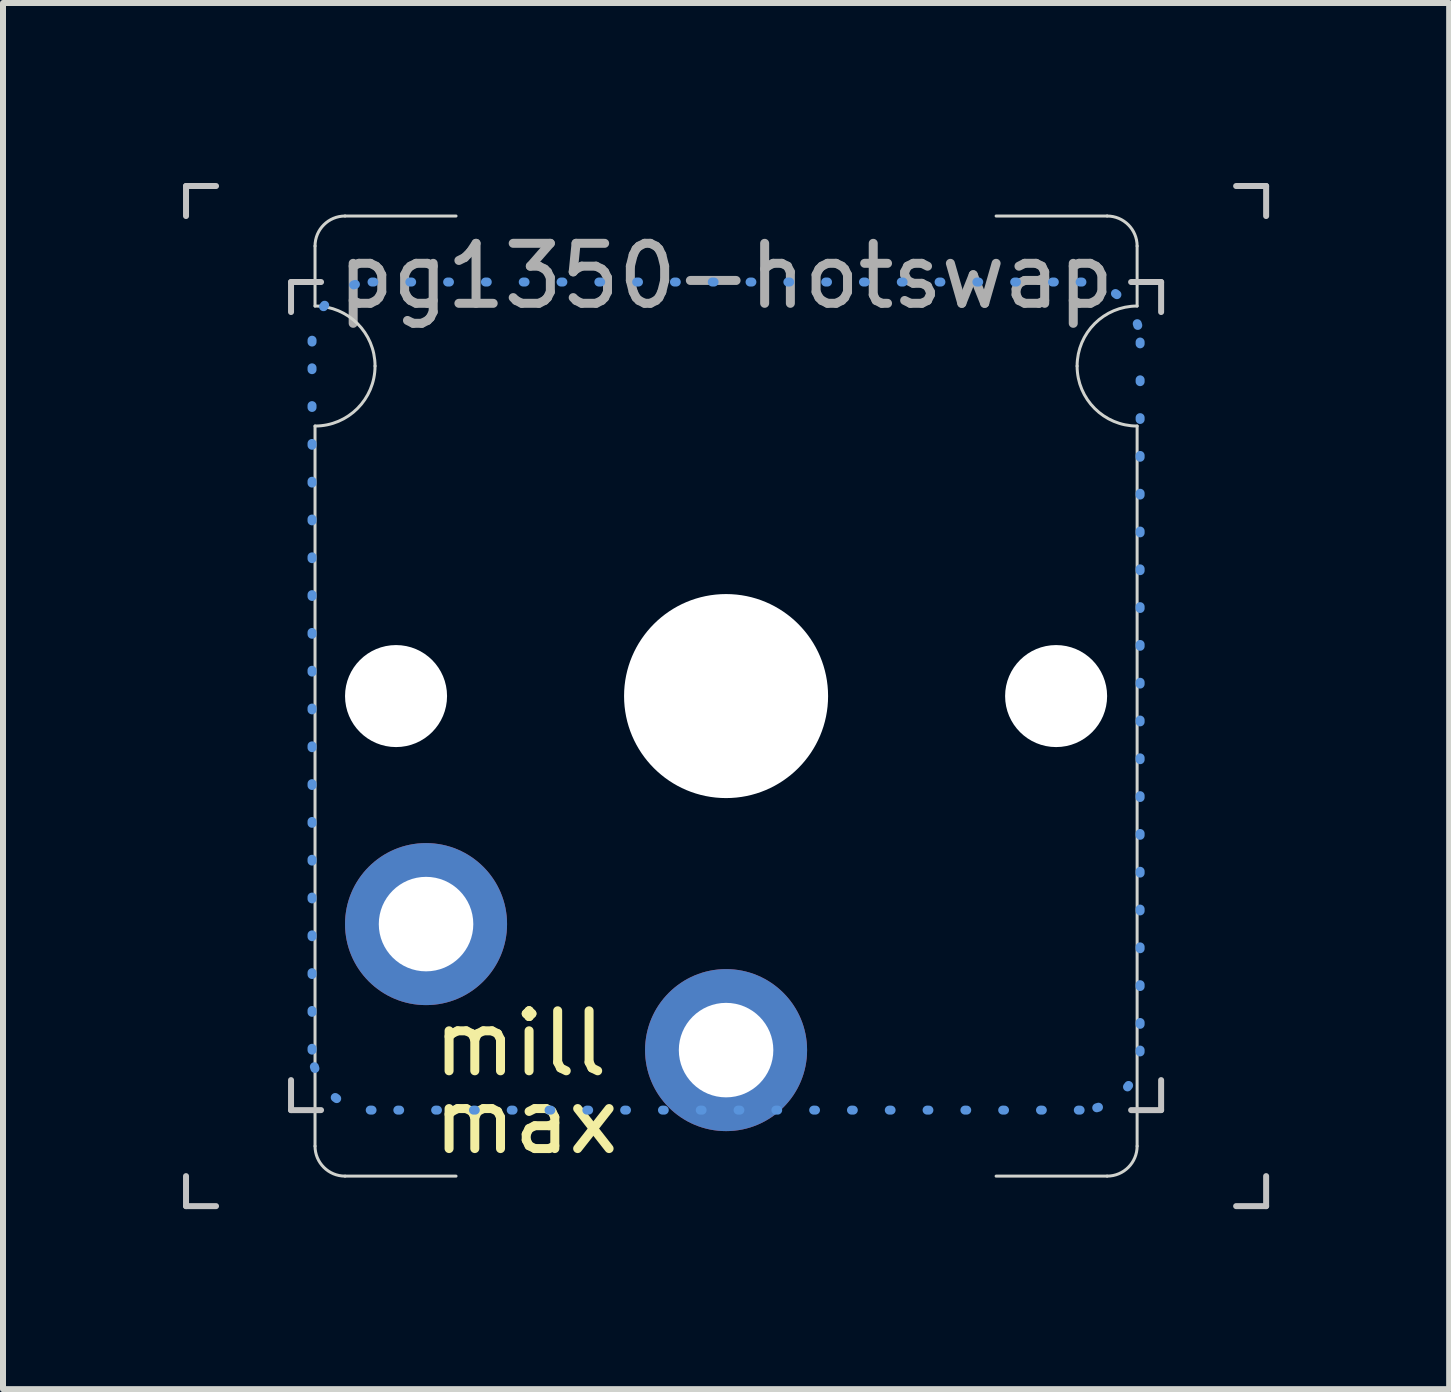
<source format=kicad_pcb>
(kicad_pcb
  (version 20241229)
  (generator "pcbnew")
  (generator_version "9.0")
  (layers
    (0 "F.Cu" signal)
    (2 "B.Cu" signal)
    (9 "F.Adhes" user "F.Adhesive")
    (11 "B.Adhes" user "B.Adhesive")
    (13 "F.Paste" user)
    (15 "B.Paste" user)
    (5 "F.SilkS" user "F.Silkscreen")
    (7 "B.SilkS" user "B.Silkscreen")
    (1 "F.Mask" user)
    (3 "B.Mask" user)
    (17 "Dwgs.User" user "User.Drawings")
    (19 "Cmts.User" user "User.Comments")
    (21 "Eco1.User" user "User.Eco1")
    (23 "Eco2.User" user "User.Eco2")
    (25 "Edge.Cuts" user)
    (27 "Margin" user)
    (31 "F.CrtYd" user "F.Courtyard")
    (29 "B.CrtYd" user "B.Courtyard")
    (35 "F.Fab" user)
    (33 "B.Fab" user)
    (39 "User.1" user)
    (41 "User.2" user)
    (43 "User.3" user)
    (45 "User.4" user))
  (footprint "pg1350-hotswap"
    (layer "F.Cu")
    (at 9.05 8.55)
    (property "Reference" "pg1350-hotswap" (at 0 -7 0) (layer "F.Fab") (effects (font (size 1 1) (thickness 0.15))))
    (attr through_hole exclude_from_pos_files exclude_from_bom)
    (private_layers "Eco2.User" "User.9")
    (fp_line (start -9 -8.5) (end -9 -8) (stroke (width 0.1) (type default)) (layer "Dwgs.User"))
    (fp_line (start -9 -8.5) (end -8.5 -8.5) (stroke (width 0.1) (type default)) (layer "Dwgs.User"))
    (fp_line (start -9 8.5) (end -9 8) (stroke (width 0.1) (type default)) (layer "Dwgs.User"))
    (fp_line (start -9 8.5) (end -8.5 8.5) (stroke (width 0.1) (type default)) (layer "Dwgs.User"))
    (fp_line (start -7.25 -6.9) (end -7.25 -6.4) (stroke (width 0.1) (type default)) (layer "Dwgs.User"))
    (fp_line (start -7.25 -6.9) (end -6.75 -6.9) (stroke (width 0.1) (type default)) (layer "Dwgs.User"))
    (fp_line (start -7.25 6.9) (end -7.25 6.4) (stroke (width 0.1) (type default)) (layer "Dwgs.User"))
    (fp_line (start -7.25 6.9) (end -6.75 6.9) (stroke (width 0.1) (type default)) (layer "Dwgs.User"))
    (fp_line (start 7.25 -6.9) (end 6.75 -6.9) (stroke (width 0.1) (type default)) (layer "Dwgs.User"))
    (fp_line (start 7.25 -6.9) (end 7.25 -6.4) (stroke (width 0.1) (type default)) (layer "Dwgs.User"))
    (fp_line (start 7.25 6.9) (end 6.75 6.9) (stroke (width 0.1) (type default)) (layer "Dwgs.User"))
    (fp_line (start 7.25 6.9) (end 7.25 6.4) (stroke (width 0.1) (type default)) (layer "Dwgs.User"))
    (fp_line (start 9 -8.5) (end 8.5 -8.5) (stroke (width 0.1) (type default)) (layer "Dwgs.User"))
    (fp_line (start 9 -8.5) (end 9 -8) (stroke (width 0.1) (type default)) (layer "Dwgs.User"))
    (fp_line (start 9 8.5) (end 8.5 8.5) (stroke (width 0.1) (type default)) (layer "Dwgs.User"))
    (fp_line (start 9 8.5) (end 9 8) (stroke (width 0.1) (type default)) (layer "Dwgs.User"))
    (fp_line (start -6.9 5.9) (end -6.9 -5.9) (stroke (width 0.15) (type dot)) (layer "Cmts.User"))
    (fp_line (start -5.9 -6.9) (end 5.9 -6.9) (stroke (width 0.15) (type dot)) (layer "Cmts.User"))
    (fp_line (start 5.9 6.9) (end -5.9 6.9) (stroke (width 0.15) (type dot)) (layer "Cmts.User"))
    (fp_line (start 6.9 -5.9) (end 6.9 5.9) (stroke (width 0.15) (type dot)) (layer "Cmts.User"))
    (fp_arc (start -6.9 -5.9) (mid -6.607107 -6.607107) (end -5.9 -6.9) (stroke (width 0.15) (type dot)) (layer "Cmts.User"))
    (fp_arc (start -5.9 6.9) (mid -6.607107 6.607107) (end -6.9 5.9) (stroke (width 0.15) (type dot)) (layer "Cmts.User"))
    (fp_arc (start 5.9 -6.9) (mid 6.607107 -6.607107) (end 6.9 -5.9) (stroke (width 0.15) (type dot)) (layer "Cmts.User"))
    (fp_arc (start 6.9 5.9) (mid 6.607107 6.607107) (end 5.9 6.9) (stroke (width 0.15) (type dot)) (layer "Cmts.User"))
    (fp_line (start -7.75 -8.25) (end 7.75 -8.25) (stroke (width 0.15) (type solid)) (layer "Eco2.User"))
    (fp_line (start 7.75 8.25) (end -7.75 8.25) (stroke (width 0.15) (type solid)) (layer "Eco2.User"))
    (fp_arc (start -8.75 -7.25) (mid -8.457107 -7.957107) (end -7.75 -8.25) (stroke (width 0.15) (type solid)) (layer "Eco2.User"))
    (fp_arc (start -7.75 8.25) (mid -8.457107 7.957107) (end -8.75 7.25) (stroke (width 0.15) (type solid)) (layer "Eco2.User"))
    (fp_arc (start 7.75 -8.25) (mid 8.457107 -7.957107) (end 8.75 -7.25) (stroke (width 0.15) (type solid)) (layer "Eco2.User"))
    (fp_arc (start 8.75 7.25) (mid 8.457107 7.957107) (end 7.75 8.25) (stroke (width 0.15) (type solid)) (layer "Eco2.User"))
    (fp_line (start -6.85 -6.5) (end -6.85 -7.5) (stroke (width 0.05) (type solid)) (layer "Edge.Cuts"))
    (fp_line (start -6.85 7.5) (end -6.85 -4.5) (stroke (width 0.05) (type solid)) (layer "Edge.Cuts"))
    (fp_line (start -4.5 -8) (end -6.35 -8) (stroke (width 0.05) (type solid)) (layer "Edge.Cuts"))
    (fp_line (start -4.5 8) (end -6.35 8) (stroke (width 0.05) (type solid)) (layer "Edge.Cuts"))
    (fp_line (start 6.35 -8) (end 4.5 -8) (stroke (width 0.05) (type solid)) (layer "Edge.Cuts"))
    (fp_line (start 6.35 8) (end 4.5 8) (stroke (width 0.05) (type solid)) (layer "Edge.Cuts"))
    (fp_line (start 6.85 -6.5) (end 6.85 -7.5) (stroke (width 0.05) (type solid)) (layer "Edge.Cuts"))
    (fp_line (start 6.85 7.5) (end 6.85 -4.5) (stroke (width 0.05) (type solid)) (layer "Edge.Cuts"))
    (fp_arc (start -6.85 -7.5) (mid -6.703553 -7.853553) (end -6.35 -8) (stroke (width 0.05) (type default)) (layer "Edge.Cuts"))
    (fp_arc (start -6.85 -6.5) (mid -6.142893 -6.207107) (end -5.85 -5.5) (stroke (width 0.05) (type default)) (layer "Edge.Cuts"))
    (fp_arc (start -6.35 8) (mid -6.703553 7.853553) (end -6.85 7.5) (stroke (width 0.05) (type default)) (layer "Edge.Cuts"))
    (fp_arc (start -5.85 -5.5) (mid -6.142893 -4.792893) (end -6.85 -4.5) (stroke (width 0.05) (type default)) (layer "Edge.Cuts"))
    (fp_arc (start 5.85 -5.5) (mid 6.142893 -6.207107) (end 6.85 -6.5) (stroke (width 0.05) (type default)) (layer "Edge.Cuts"))
    (fp_arc (start 6.35 -8) (mid 6.703553 -7.853553) (end 6.85 -7.5) (stroke (width 0.05) (type default)) (layer "Edge.Cuts"))
    (fp_arc (start 6.85 -4.5) (mid 6.142893 -4.792893) (end 5.85 -5.5) (stroke (width 0.05) (type default)) (layer "Edge.Cuts"))
    (fp_arc (start 6.85 7.5) (mid 6.703553 7.853553) (end 6.35 8) (stroke (width 0.05) (type default)) (layer "Edge.Cuts"))
    (fp_line (start -10.16 -8.382) (end -9.398 -8.382) (stroke (width 0.1) (type default)) (layer "User.9"))
    (fp_line (start -8.382 -6.35) (end -7.62 -6.35) (stroke (width 0.1) (type default)) (layer "User.9"))
    (fp_line (start -7.874 -4.826) (end -7.112 -4.826) (stroke (width 0.1) (type default)) (layer "User.9"))
    (fp_line (start -7.112 -9.144) (end -7.112 -8.509) (stroke (width 0.1) (type default)) (layer "User.9"))
    (fp_text user "max" (at -4.953 7.671 0) (unlocked yes) (layer "F.SilkS") (effects (font (size 1 1) (thickness 0.15)) (justify left bottom)))
    (fp_text user "mill" (at -4.953 6.375 0) (unlocked yes) (layer "F.SilkS") (effects (font (size 1 1) (thickness 0.15)) (justify left bottom)))
    (fp_text user "switch lower" (at -18.796 -5.842 0) (unlocked yes) (layer "User.9") (effects (font (size 1 1) (thickness 0.15)) (justify left bottom)))
    (fp_text user "choc spacing" (at -20.32 -7.874 0) (unlocked yes) (layer "User.9") (effects (font (size 1 1) (thickness 0.15)) (justify left bottom)))
    (fp_text user "keycap" (at -9.906 -9.398 0) (unlocked yes) (layer "User.9") (effects (font (size 1 1) (thickness 0.15)) (justify left bottom)))
    (fp_text user "switch bottom" (at -18.796 -4.318 0) (unlocked yes) (layer "User.9") (effects (font (size 1 1) (thickness 0.15)) (justify left bottom)))
    (fp_text_box "Mill-Max call for:\n- hole diam: 1.3 mm\n- lip diam is 1.96 mm, \n   which our 2.35 pad extends past." (start 17.35 -18.375) (end 49.25 -10.525) (margins 0.8 0.8 0.8 0.8) (layer "User.9") (effects (font (size 1 1) (thickness 0.15)) (justify left top)) (border yes) (stroke (width 0.1) (type dot)))
    (fp_text_box "height:\n choc lower body is 13.8 front to back\n gap for mouse bits at: 16 mm  (out of 17)\n" (start 9.85 -6.5) (end 48.95 0.1) (margins 0.8 0.8 0.8 0.8) (layer "User.9") (effects (font (size 1 1) (thickness 0.15)) (justify left top)) (border yes) (stroke (width 0.1) (type dot)))
    (fp_text_box "Narrow single switch Amoeba PCB\nNarrow enought that Dactyl column walls can extend down on either side of PCB." (start -16.9 -19.3) (end 14.7 -10.924) (margins 0.8 0.8 0.8 0.8) (layer "User.9") (effects (font (size 1 1) (thickness 0.15)) (justify left top)) (border yes) (stroke (width 0.1) (type dot)))
    (fp_text_box "Tick corners:\n- outer: choc spacing bounds - 18 x 17 \n- inner: lower switch extent - 14.5 x 13.8\n    hence hole we sit over" (start -16.85 13.594) (end 19.65 21.844) (margins 0.8 0.8 0.8 0.8) (layer "User.9") (effects (font (size 1 1) (thickness 0.15)) (justify left top)) (border yes) (stroke (width 0.1) (type dot)))
    (fp_text_box "width: 13.7 mm wide (out of 18)\n" (start 9.85 2.55) (end 42.85 6.125) (margins 0.8 0.8 0.8 0.8) (layer "User.9") (effects (font (size 1 1) (thickness 0.15)) (justify left top)) (border yes) (stroke (width 0.1) (type dot)))
    (pad "" np_thru_hole circle (at -5.5 0 180) (size 1.7 1.7) (drill 1.7) (layers "*.Cu" "*.Mask"))
    (pad "" np_thru_hole circle (at 0 0 180) (size 3.4 3.4) (drill 3.4) (layers "*.Cu" "*.Mask"))
    (pad "" np_thru_hole circle (at 5.5 0 180) (size 1.7 1.7) (drill 1.7) (layers "*.Cu" "*.Mask"))
    (pad "1" thru_hole circle (at 0 5.9 180) (size 2.7 2.7) (drill 1.575) (layers "*.Cu" "*.Mask"))
    (pad "2" thru_hole circle (at -5 3.8 180) (size 2.7 2.7) (drill 1.575) (layers "*.Cu" "*.Mask")))
  (gr_rect
    (start -3 -3)
    (end 21.1 20.1)
    (stroke (width 0.1) (type default))
    (fill no)
    (layer "Edge.Cuts")))
</source>
